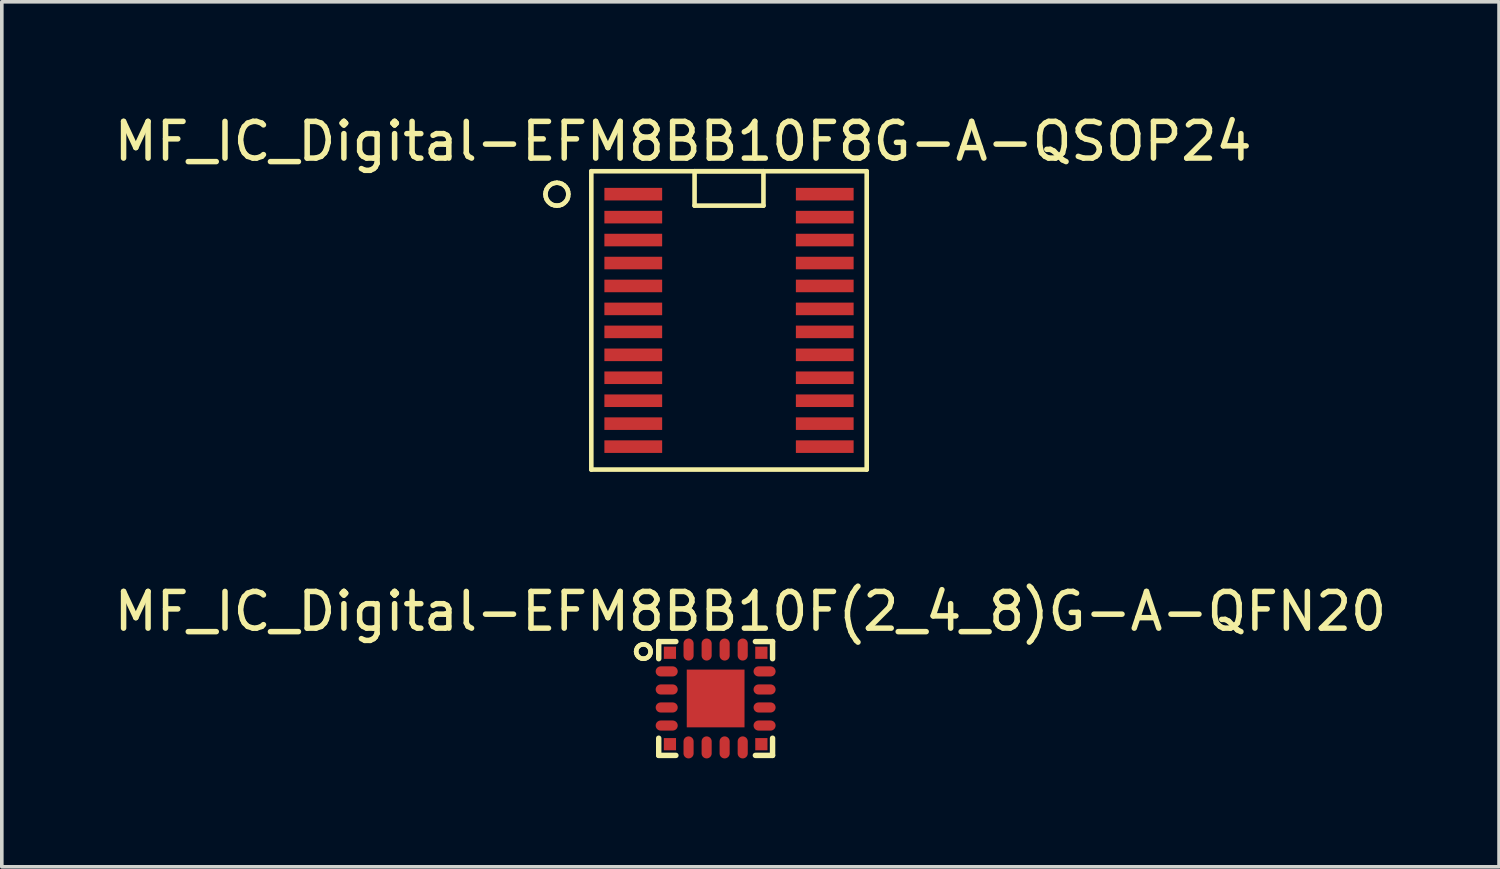
<source format=kicad_pcb>
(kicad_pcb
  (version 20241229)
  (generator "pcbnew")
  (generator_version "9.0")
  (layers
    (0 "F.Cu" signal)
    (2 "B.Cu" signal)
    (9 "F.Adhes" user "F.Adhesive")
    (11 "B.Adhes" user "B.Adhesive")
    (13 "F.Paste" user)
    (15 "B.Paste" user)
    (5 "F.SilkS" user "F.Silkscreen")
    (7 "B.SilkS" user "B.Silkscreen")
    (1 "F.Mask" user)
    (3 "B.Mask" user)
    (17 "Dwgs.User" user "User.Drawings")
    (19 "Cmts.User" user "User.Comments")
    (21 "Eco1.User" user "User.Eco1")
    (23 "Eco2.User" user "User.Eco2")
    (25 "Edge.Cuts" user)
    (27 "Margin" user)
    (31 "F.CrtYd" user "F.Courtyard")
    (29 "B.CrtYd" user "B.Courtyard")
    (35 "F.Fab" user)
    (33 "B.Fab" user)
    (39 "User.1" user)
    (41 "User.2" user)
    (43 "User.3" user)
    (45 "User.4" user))
  (footprint "MF_IC_Digital-EFM8BB10F8G-A-QSOP24"
    (layer "F.Cu")
    (at 17.121 5.815)
    (property "Reference" "MF_IC_Digital-EFM8BB10F8G-A-QSOP24" (at -1.27 -4.953 0) (layer "F.SilkS") (effects (font (size 1.016 1.016) (thickness 0.152))))
    (attr smd)
    (fp_line (start -5.08 -3.493) (end -5.07 -3.561) (stroke (width 0.127) (type solid)) (layer "F.SilkS"))
    (fp_line (start -5.07 -3.561) (end -5.047 -3.63) (stroke (width 0.127) (type solid)) (layer "F.SilkS"))
    (fp_line (start -5.07 -3.421) (end -5.08 -3.493) (stroke (width 0.127) (type solid)) (layer "F.SilkS"))
    (fp_line (start -5.047 -3.63) (end -5.009 -3.688) (stroke (width 0.127) (type solid)) (layer "F.SilkS"))
    (fp_line (start -5.047 -3.353) (end -5.07 -3.421) (stroke (width 0.127) (type solid)) (layer "F.SilkS"))
    (fp_line (start -5.009 -3.688) (end -4.958 -3.739) (stroke (width 0.127) (type solid)) (layer "F.SilkS"))
    (fp_line (start -5.009 -3.294) (end -5.047 -3.353) (stroke (width 0.127) (type solid)) (layer "F.SilkS"))
    (fp_line (start -4.958 -3.739) (end -4.9 -3.777) (stroke (width 0.127) (type solid)) (layer "F.SilkS"))
    (fp_line (start -4.958 -3.244) (end -5.009 -3.294) (stroke (width 0.127) (type solid)) (layer "F.SilkS"))
    (fp_line (start -4.9 -3.777) (end -4.831 -3.8) (stroke (width 0.127) (type solid)) (layer "F.SilkS"))
    (fp_line (start -4.9 -3.205) (end -4.958 -3.244) (stroke (width 0.127) (type solid)) (layer "F.SilkS"))
    (fp_line (start -4.831 -3.8) (end -4.763 -3.81) (stroke (width 0.127) (type solid)) (layer "F.SilkS"))
    (fp_line (start -4.831 -3.183) (end -4.9 -3.205) (stroke (width 0.127) (type solid)) (layer "F.SilkS"))
    (fp_line (start -4.763 -3.81) (end -4.691 -3.8) (stroke (width 0.127) (type solid)) (layer "F.SilkS"))
    (fp_line (start -4.763 -3.175) (end -4.831 -3.183) (stroke (width 0.127) (type solid)) (layer "F.SilkS"))
    (fp_line (start -4.691 -3.8) (end -4.623 -3.777) (stroke (width 0.127) (type solid)) (layer "F.SilkS"))
    (fp_line (start -4.691 -3.183) (end -4.763 -3.175) (stroke (width 0.127) (type solid)) (layer "F.SilkS"))
    (fp_line (start -4.623 -3.777) (end -4.564 -3.739) (stroke (width 0.127) (type solid)) (layer "F.SilkS"))
    (fp_line (start -4.623 -3.205) (end -4.691 -3.183) (stroke (width 0.127) (type solid)) (layer "F.SilkS"))
    (fp_line (start -4.564 -3.739) (end -4.514 -3.688) (stroke (width 0.127) (type solid)) (layer "F.SilkS"))
    (fp_line (start -4.564 -3.244) (end -4.623 -3.205) (stroke (width 0.127) (type solid)) (layer "F.SilkS"))
    (fp_line (start -4.514 -3.688) (end -4.475 -3.63) (stroke (width 0.127) (type solid)) (layer "F.SilkS"))
    (fp_line (start -4.514 -3.294) (end -4.564 -3.244) (stroke (width 0.127) (type solid)) (layer "F.SilkS"))
    (fp_line (start -4.475 -3.63) (end -4.453 -3.561) (stroke (width 0.127) (type solid)) (layer "F.SilkS"))
    (fp_line (start -4.475 -3.353) (end -4.514 -3.294) (stroke (width 0.127) (type solid)) (layer "F.SilkS"))
    (fp_line (start -4.453 -3.561) (end -4.445 -3.493) (stroke (width 0.127) (type solid)) (layer "F.SilkS"))
    (fp_line (start -4.453 -3.421) (end -4.475 -3.353) (stroke (width 0.127) (type solid)) (layer "F.SilkS"))
    (fp_line (start -4.445 -3.493) (end -4.453 -3.421) (stroke (width 0.127) (type solid)) (layer "F.SilkS"))
    (fp_line (start -3.81 -4.128) (end 3.81 -4.128) (stroke (width 0.127) (type solid)) (layer "F.SilkS"))
    (fp_line (start -3.81 4.128) (end -3.81 -4.128) (stroke (width 0.127) (type solid)) (layer "F.SilkS"))
    (fp_line (start -0.953 -4.128) (end -0.953 -3.175) (stroke (width 0.127) (type solid)) (layer "F.SilkS"))
    (fp_line (start -0.953 -3.175) (end 0.953 -3.175) (stroke (width 0.127) (type solid)) (layer "F.SilkS"))
    (fp_line (start 0.953 -4.128) (end -0.953 -4.128) (stroke (width 0.127) (type solid)) (layer "F.SilkS"))
    (fp_line (start 0.953 -3.175) (end 0.953 -4.128) (stroke (width 0.127) (type solid)) (layer "F.SilkS"))
    (fp_line (start 3.81 -4.128) (end 3.81 4.128) (stroke (width 0.127) (type solid)) (layer "F.SilkS"))
    (fp_line (start 3.81 4.128) (end -3.81 4.128) (stroke (width 0.127) (type solid)) (layer "F.SilkS"))
    (pad "1" smd rect (at -2.649 -3.493 90) (size 0.348 1.598) (layers "F.Cu" "F.Mask" "F.Paste"))
    (pad "2" smd rect (at -2.649 -2.857 90) (size 0.348 1.598) (layers "F.Cu" "F.Mask" "F.Paste"))
    (pad "3" smd rect (at -2.649 -2.223 90) (size 0.348 1.598) (layers "F.Cu" "F.Mask" "F.Paste"))
    (pad "4" smd rect (at -2.649 -1.587 90) (size 0.348 1.598) (layers "F.Cu" "F.Mask" "F.Paste"))
    (pad "5" smd rect (at -2.649 -0.953 90) (size 0.348 1.598) (layers "F.Cu" "F.Mask" "F.Paste"))
    (pad "6" smd rect (at -2.649 -0.318 90) (size 0.348 1.598) (layers "F.Cu" "F.Mask" "F.Paste"))
    (pad "7" smd rect (at -2.649 0.318 90) (size 0.348 1.598) (layers "F.Cu" "F.Mask" "F.Paste"))
    (pad "8" smd rect (at -2.649 0.953 90) (size 0.348 1.598) (layers "F.Cu" "F.Mask" "F.Paste"))
    (pad "9" smd rect (at -2.649 1.587 90) (size 0.348 1.598) (layers "F.Cu" "F.Mask" "F.Paste"))
    (pad "10" smd rect (at -2.649 2.223 90) (size 0.348 1.598) (layers "F.Cu" "F.Mask" "F.Paste"))
    (pad "11" smd rect (at -2.649 2.857 90) (size 0.348 1.598) (layers "F.Cu" "F.Mask" "F.Paste"))
    (pad "12" smd rect (at -2.649 3.493 90) (size 0.348 1.598) (layers "F.Cu" "F.Mask" "F.Paste"))
    (pad "13" smd rect (at 2.649 3.493 270) (size 0.348 1.598) (layers "F.Cu" "F.Mask" "F.Paste"))
    (pad "14" smd rect (at 2.649 2.857 270) (size 0.348 1.598) (layers "F.Cu" "F.Mask" "F.Paste"))
    (pad "15" smd rect (at 2.649 2.223 270) (size 0.348 1.598) (layers "F.Cu" "F.Mask" "F.Paste"))
    (pad "16" smd rect (at 2.649 1.587 270) (size 0.348 1.598) (layers "F.Cu" "F.Mask" "F.Paste"))
    (pad "17" smd rect (at 2.649 0.953 270) (size 0.348 1.598) (layers "F.Cu" "F.Mask" "F.Paste"))
    (pad "18" smd rect (at 2.649 0.318 270) (size 0.348 1.598) (layers "F.Cu" "F.Mask" "F.Paste"))
    (pad "19" smd rect (at 2.649 -0.318 270) (size 0.348 1.598) (layers "F.Cu" "F.Mask" "F.Paste"))
    (pad "20" smd rect (at 2.649 -0.953 270) (size 0.348 1.598) (layers "F.Cu" "F.Mask" "F.Paste"))
    (pad "21" smd rect (at 2.649 -1.587 270) (size 0.348 1.598) (layers "F.Cu" "F.Mask" "F.Paste"))
    (pad "22" smd rect (at 2.649 -2.223 270) (size 0.348 1.598) (layers "F.Cu" "F.Mask" "F.Paste"))
    (pad "23" smd rect (at 2.649 -2.857 270) (size 0.348 1.598) (layers "F.Cu" "F.Mask" "F.Paste"))
    (pad "24" smd rect (at 2.649 -3.493 270) (size 0.348 1.598) (layers "F.Cu" "F.Mask" "F.Paste")))
  (footprint "MF_IC_Digital-EFM8BB10F(2_4_8)G-A-QFN20"
    (layer "F.Cu")
    (at 16.751 16.276)
    (property "Reference" "MF_IC_Digital-EFM8BB10F(2_4_8)G-A-QFN20" (at 0.963 -2.408 0) (layer "F.SilkS") (effects (font (size 1.016 1.016) (thickness 0.152))))
    (attr smd)
    (fp_line (start -2.2 -1.298) (end -2.192 -1.247) (stroke (width 0.127) (type solid)) (layer "F.SilkS"))
    (fp_line (start -2.192 -1.351) (end -2.2 -1.298) (stroke (width 0.127) (type solid)) (layer "F.SilkS"))
    (fp_line (start -2.192 -1.247) (end -2.172 -1.199) (stroke (width 0.127) (type solid)) (layer "F.SilkS"))
    (fp_line (start -2.172 -1.4) (end -2.192 -1.351) (stroke (width 0.127) (type solid)) (layer "F.SilkS"))
    (fp_line (start -2.172 -1.199) (end -2.141 -1.158) (stroke (width 0.127) (type solid)) (layer "F.SilkS"))
    (fp_line (start -2.141 -1.44) (end -2.172 -1.4) (stroke (width 0.127) (type solid)) (layer "F.SilkS"))
    (fp_line (start -2.141 -1.158) (end -2.098 -1.125) (stroke (width 0.127) (type solid)) (layer "F.SilkS"))
    (fp_line (start -2.098 -1.473) (end -2.141 -1.44) (stroke (width 0.127) (type solid)) (layer "F.SilkS"))
    (fp_line (start -2.098 -1.125) (end -2.05 -1.105) (stroke (width 0.127) (type solid)) (layer "F.SilkS"))
    (fp_line (start -2.05 -1.491) (end -2.098 -1.473) (stroke (width 0.127) (type solid)) (layer "F.SilkS"))
    (fp_line (start -2.05 -1.105) (end -1.999 -1.1) (stroke (width 0.127) (type solid)) (layer "F.SilkS"))
    (fp_line (start -1.999 -1.499) (end -2.05 -1.491) (stroke (width 0.127) (type solid)) (layer "F.SilkS"))
    (fp_line (start -1.999 -1.1) (end -1.948 -1.105) (stroke (width 0.127) (type solid)) (layer "F.SilkS"))
    (fp_line (start -1.948 -1.491) (end -1.999 -1.499) (stroke (width 0.127) (type solid)) (layer "F.SilkS"))
    (fp_line (start -1.948 -1.105) (end -1.9 -1.125) (stroke (width 0.127) (type solid)) (layer "F.SilkS"))
    (fp_line (start -1.9 -1.473) (end -1.948 -1.491) (stroke (width 0.127) (type solid)) (layer "F.SilkS"))
    (fp_line (start -1.9 -1.125) (end -1.857 -1.158) (stroke (width 0.127) (type solid)) (layer "F.SilkS"))
    (fp_line (start -1.857 -1.44) (end -1.9 -1.473) (stroke (width 0.127) (type solid)) (layer "F.SilkS"))
    (fp_line (start -1.857 -1.158) (end -1.826 -1.199) (stroke (width 0.127) (type solid)) (layer "F.SilkS"))
    (fp_line (start -1.826 -1.4) (end -1.857 -1.44) (stroke (width 0.127) (type solid)) (layer "F.SilkS"))
    (fp_line (start -1.826 -1.199) (end -1.806 -1.247) (stroke (width 0.127) (type solid)) (layer "F.SilkS"))
    (fp_line (start -1.806 -1.351) (end -1.826 -1.4) (stroke (width 0.127) (type solid)) (layer "F.SilkS"))
    (fp_line (start -1.806 -1.247) (end -1.798 -1.298) (stroke (width 0.127) (type solid)) (layer "F.SilkS"))
    (fp_line (start -1.798 -1.298) (end -1.806 -1.351) (stroke (width 0.127) (type solid)) (layer "F.SilkS"))
    (fp_line (start -1.575 -1.575) (end -1.1 -1.575) (stroke (width 0.15) (type solid)) (layer "F.SilkS"))
    (fp_line (start -1.575 -1.1) (end -1.575 -1.575) (stroke (width 0.15) (type solid)) (layer "F.SilkS"))
    (fp_line (start -1.575 1.575) (end -1.575 1.1) (stroke (width 0.15) (type solid)) (layer "F.SilkS"))
    (fp_line (start -1.1 1.575) (end -1.575 1.575) (stroke (width 0.15) (type solid)) (layer "F.SilkS"))
    (fp_line (start 1.1 -1.575) (end 1.575 -1.575) (stroke (width 0.15) (type solid)) (layer "F.SilkS"))
    (fp_line (start 1.575 -1.575) (end 1.575 -1.1) (stroke (width 0.15) (type solid)) (layer "F.SilkS"))
    (fp_line (start 1.575 1.1) (end 1.575 1.575) (stroke (width 0.15) (type solid)) (layer "F.SilkS"))
    (fp_line (start 1.575 1.575) (end 1.1 1.575) (stroke (width 0.15) (type solid)) (layer "F.SilkS"))
    (fp_line (start -0.599 -0.599) (end -0.599 -0.099) (stroke (width 0.127) (type solid)) (layer "F.Paste"))
    (fp_line (start -0.599 -0.099) (end -0.099 -0.099) (stroke (width 0.127) (type solid)) (layer "F.Paste"))
    (fp_line (start -0.599 0.099) (end -0.599 0.599) (stroke (width 0.127) (type solid)) (layer "F.Paste"))
    (fp_line (start -0.599 0.599) (end -0.099 0.599) (stroke (width 0.127) (type solid)) (layer "F.Paste"))
    (fp_line (start -0.102 -0.521) (end -0.584 -0.521) (stroke (width 0.127) (type solid)) (layer "F.Paste"))
    (fp_line (start -0.102 -0.47) (end -0.584 -0.47) (stroke (width 0.127) (type solid)) (layer "F.Paste"))
    (fp_line (start -0.102 -0.343) (end -0.584 -0.343) (stroke (width 0.127) (type solid)) (layer "F.Paste"))
    (fp_line (start -0.102 -0.216) (end -0.584 -0.216) (stroke (width 0.127) (type solid)) (layer "F.Paste"))
    (fp_line (start -0.102 0.178) (end -0.584 0.178) (stroke (width 0.127) (type solid)) (layer "F.Paste"))
    (fp_line (start -0.102 0.229) (end -0.584 0.229) (stroke (width 0.127) (type solid)) (layer "F.Paste"))
    (fp_line (start -0.102 0.356) (end -0.584 0.356) (stroke (width 0.127) (type solid)) (layer "F.Paste"))
    (fp_line (start -0.102 0.483) (end -0.584 0.483) (stroke (width 0.127) (type solid)) (layer "F.Paste"))
    (fp_line (start -0.099 -0.599) (end -0.599 -0.599) (stroke (width 0.127) (type solid)) (layer "F.Paste"))
    (fp_line (start -0.099 -0.099) (end -0.099 -0.597) (stroke (width 0.127) (type solid)) (layer "F.Paste"))
    (fp_line (start -0.099 0.099) (end -0.599 0.099) (stroke (width 0.127) (type solid)) (layer "F.Paste"))
    (fp_line (start -0.099 0.599) (end -0.099 0.099) (stroke (width 0.127) (type solid)) (layer "F.Paste"))
    (fp_line (start 0.099 -0.599) (end 0.099 -0.099) (stroke (width 0.127) (type solid)) (layer "F.Paste"))
    (fp_line (start 0.099 -0.099) (end 0.599 -0.099) (stroke (width 0.127) (type solid)) (layer "F.Paste"))
    (fp_line (start 0.099 0.099) (end 0.099 0.599) (stroke (width 0.127) (type solid)) (layer "F.Paste"))
    (fp_line (start 0.099 0.599) (end 0.599 0.599) (stroke (width 0.127) (type solid)) (layer "F.Paste"))
    (fp_line (start 0.597 -0.521) (end 0.114 -0.521) (stroke (width 0.127) (type solid)) (layer "F.Paste"))
    (fp_line (start 0.597 -0.47) (end 0.114 -0.47) (stroke (width 0.127) (type solid)) (layer "F.Paste"))
    (fp_line (start 0.597 -0.343) (end 0.114 -0.343) (stroke (width 0.127) (type solid)) (layer "F.Paste"))
    (fp_line (start 0.597 -0.216) (end 0.114 -0.216) (stroke (width 0.127) (type solid)) (layer "F.Paste"))
    (fp_line (start 0.597 0.178) (end 0.114 0.178) (stroke (width 0.127) (type solid)) (layer "F.Paste"))
    (fp_line (start 0.597 0.229) (end 0.114 0.229) (stroke (width 0.127) (type solid)) (layer "F.Paste"))
    (fp_line (start 0.597 0.356) (end 0.114 0.356) (stroke (width 0.127) (type solid)) (layer "F.Paste"))
    (fp_line (start 0.597 0.483) (end 0.114 0.483) (stroke (width 0.127) (type solid)) (layer "F.Paste"))
    (fp_line (start 0.599 -0.599) (end 0.099 -0.599) (stroke (width 0.127) (type solid)) (layer "F.Paste"))
    (fp_line (start 0.599 -0.099) (end 0.599 -0.599) (stroke (width 0.127) (type solid)) (layer "F.Paste"))
    (fp_line (start 0.599 0.099) (end 0.099 0.099) (stroke (width 0.127) (type solid)) (layer "F.Paste"))
    (fp_line (start 0.599 0.599) (end 0.599 0.099) (stroke (width 0.127) (type solid)) (layer "F.Paste"))
    (pad "1" smd rect (at -1.265 -1.265) (size 0.338 0.338) (layers "F.Cu" "F.Mask" "F.Paste"))
    (pad "2" smd oval (at -1.354 -0.749 90) (size 0.279 0.61) (layers "F.Cu" "F.Mask" "F.Paste"))
    (pad "3" smd oval (at -1.354 -0.249 90) (size 0.279 0.61) (layers "F.Cu" "F.Mask" "F.Paste"))
    (pad "4" smd oval (at -1.354 0.249 90) (size 0.279 0.61) (layers "F.Cu" "F.Mask" "F.Paste"))
    (pad "5" smd oval (at -1.354 0.749 90) (size 0.279 0.61) (layers "F.Cu" "F.Mask" "F.Paste"))
    (pad "6" smd rect (at -1.265 1.265) (size 0.338 0.338) (layers "F.Cu" "F.Mask" "F.Paste"))
    (pad "7" smd oval (at -0.749 1.354) (size 0.279 0.61) (layers "F.Cu" "F.Mask" "F.Paste"))
    (pad "8" smd oval (at -0.249 1.354) (size 0.279 0.61) (layers "F.Cu" "F.Mask" "F.Paste"))
    (pad "9" smd oval (at 0.249 1.354) (size 0.279 0.61) (layers "F.Cu" "F.Mask" "F.Paste"))
    (pad "10" smd oval (at 0.749 1.354) (size 0.279 0.61) (layers "F.Cu" "F.Mask" "F.Paste"))
    (pad "11" smd rect (at 1.265 1.265) (size 0.338 0.338) (layers "F.Cu" "F.Mask" "F.Paste"))
    (pad "12" smd oval (at 1.354 0.749 90) (size 0.279 0.61) (layers "F.Cu" "F.Mask" "F.Paste"))
    (pad "13" smd oval (at 1.354 0.249 90) (size 0.279 0.61) (layers "F.Cu" "F.Mask" "F.Paste"))
    (pad "14" smd oval (at 1.354 -0.249 90) (size 0.279 0.61) (layers "F.Cu" "F.Mask" "F.Paste"))
    (pad "15" smd oval (at 1.354 -0.749 90) (size 0.279 0.61) (layers "F.Cu" "F.Mask" "F.Paste"))
    (pad "16" smd rect (at 1.265 -1.265) (size 0.338 0.338) (layers "F.Cu" "F.Mask" "F.Paste"))
    (pad "17" smd oval (at 0.749 -1.354) (size 0.279 0.61) (layers "F.Cu" "F.Mask" "F.Paste"))
    (pad "18" smd oval (at 0.249 -1.354) (size 0.279 0.61) (layers "F.Cu" "F.Mask" "F.Paste"))
    (pad "19" smd oval (at -0.249 -1.354) (size 0.279 0.61) (layers "F.Cu" "F.Mask" "F.Paste"))
    (pad "20" smd oval (at -0.749 -1.354) (size 0.279 0.61) (layers "F.Cu" "F.Mask" "F.Paste"))
    (pad "PAD" smd rect (at 0 0) (size 1.598 1.598) (layers "F.Cu" "F.Mask")))
  (gr_rect
    (start -3 -3)
    (end 38.427 20.934)
    (stroke (width 0.1) (type default))
    (fill no)
    (layer "Edge.Cuts")))
</source>
